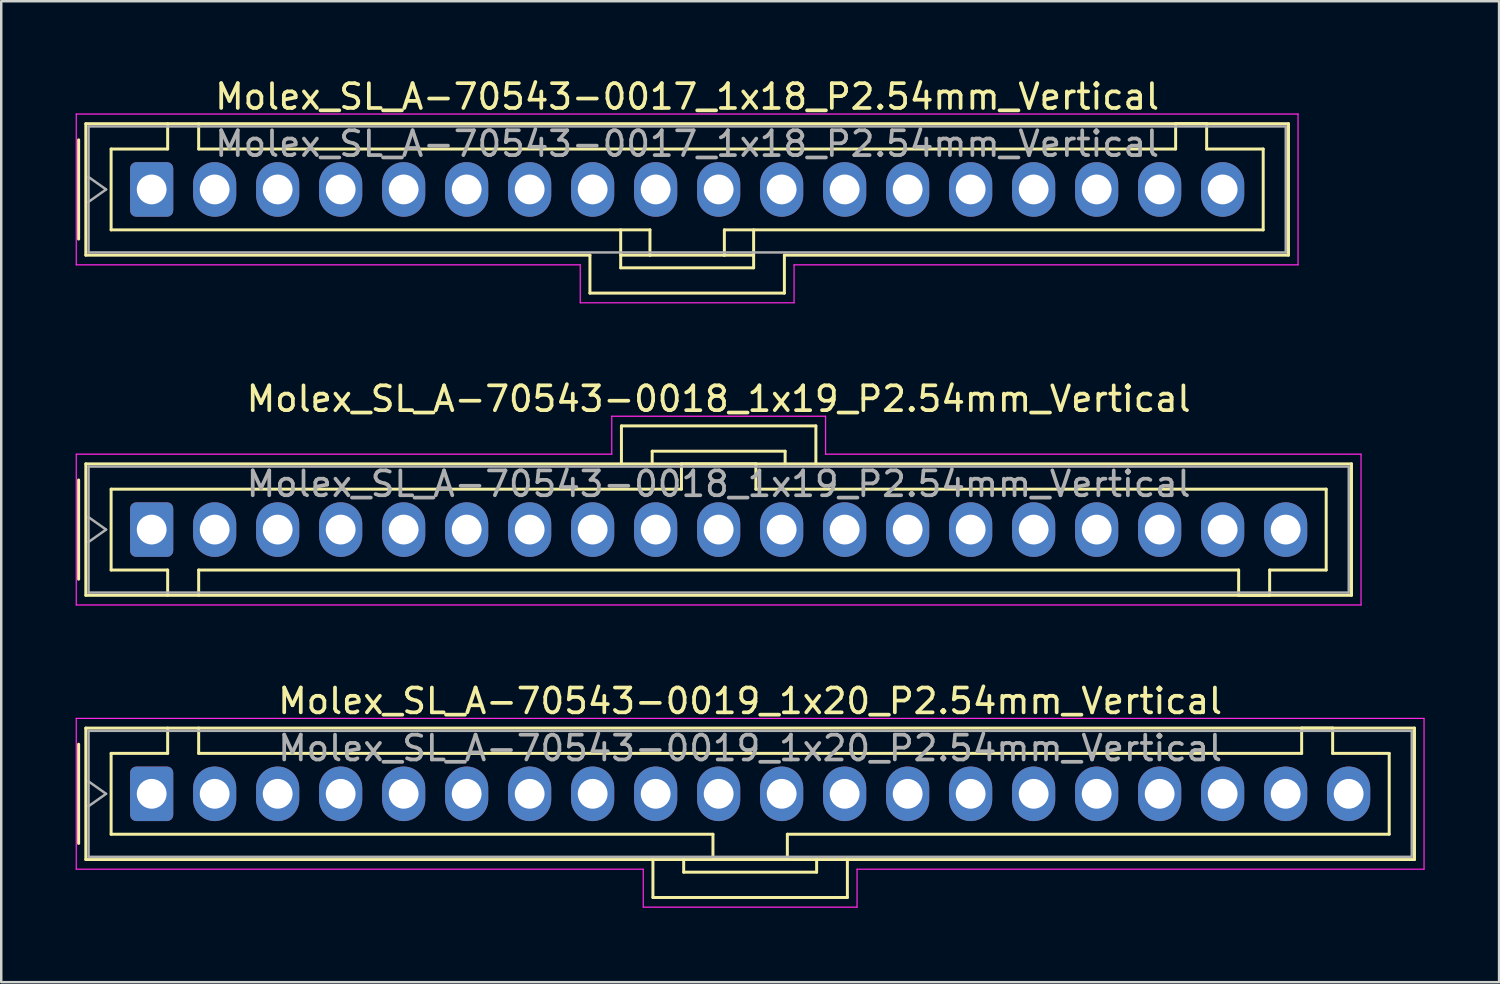
<source format=kicad_pcb>
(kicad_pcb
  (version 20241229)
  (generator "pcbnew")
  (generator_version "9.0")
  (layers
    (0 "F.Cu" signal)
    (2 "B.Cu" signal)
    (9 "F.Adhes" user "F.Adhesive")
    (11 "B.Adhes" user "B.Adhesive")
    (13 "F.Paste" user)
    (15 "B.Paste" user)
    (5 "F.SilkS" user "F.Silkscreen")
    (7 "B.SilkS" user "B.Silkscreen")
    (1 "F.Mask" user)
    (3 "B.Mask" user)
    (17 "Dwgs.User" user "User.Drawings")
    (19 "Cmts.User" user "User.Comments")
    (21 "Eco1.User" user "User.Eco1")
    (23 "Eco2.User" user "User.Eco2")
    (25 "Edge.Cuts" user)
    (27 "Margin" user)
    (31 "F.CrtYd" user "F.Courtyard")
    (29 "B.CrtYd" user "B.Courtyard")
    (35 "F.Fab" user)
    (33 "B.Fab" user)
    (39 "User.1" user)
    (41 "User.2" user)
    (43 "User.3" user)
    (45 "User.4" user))
  (footprint "Molex_SL_A-70543-0019_1x20_P2.54mm_Vertical"
    (layer "F.Cu")
    (at 3.065 28.955)
    (property "Reference" "Molex_SL_A-70543-0019_1x20_P2.54mm_Vertical" (at 24.13 -3.74 0) (layer "F.SilkS") (effects (font (size 1 1) (thickness 0.15))))
    (attr through_hole)
    (fp_line (start -2.945 -2) (end -2.945 2) (stroke (width 0.12) (type solid)) (layer "F.SilkS"))
    (fp_line (start -2.655 -2.65) (end -2.655 2.65) (stroke (width 0.12) (type solid)) (layer "F.SilkS"))
    (fp_line (start -2.655 2.65) (end 50.915 2.65) (stroke (width 0.12) (type solid)) (layer "F.SilkS"))
    (fp_line (start -1.635 -1.63) (end -1.635 1.63) (stroke (width 0.12) (type solid)) (layer "F.SilkS"))
    (fp_line (start -1.635 1.63) (end 22.63 1.63) (stroke (width 0.12) (type solid)) (layer "F.SilkS"))
    (fp_line (start 0.645 -2.65) (end 0.645 -1.63) (stroke (width 0.12) (type solid)) (layer "F.SilkS"))
    (fp_line (start 0.645 -1.63) (end -1.635 -1.63) (stroke (width 0.12) (type solid)) (layer "F.SilkS"))
    (fp_line (start 1.895 -1.63) (end 1.895 -2.65) (stroke (width 0.12) (type solid)) (layer "F.SilkS"))
    (fp_line (start 20.21 2.65) (end 20.21 4.18) (stroke (width 0.12) (type solid)) (layer "F.SilkS"))
    (fp_line (start 20.21 4.18) (end 28.05 4.18) (stroke (width 0.12) (type solid)) (layer "F.SilkS"))
    (fp_line (start 21.45 2.65) (end 21.45 3.16) (stroke (width 0.12) (type solid)) (layer "F.SilkS"))
    (fp_line (start 21.45 3.16) (end 26.81 3.16) (stroke (width 0.12) (type solid)) (layer "F.SilkS"))
    (fp_line (start 22.63 1.63) (end 22.63 2.65) (stroke (width 0.12) (type solid)) (layer "F.SilkS"))
    (fp_line (start 22.63 2.65) (end 25.63 2.65) (stroke (width 0.12) (type solid)) (layer "F.SilkS"))
    (fp_line (start 25.63 1.63) (end 49.895 1.63) (stroke (width 0.12) (type solid)) (layer "F.SilkS"))
    (fp_line (start 25.63 2.65) (end 25.63 1.63) (stroke (width 0.12) (type solid)) (layer "F.SilkS"))
    (fp_line (start 26.81 3.16) (end 26.81 2.65) (stroke (width 0.12) (type solid)) (layer "F.SilkS"))
    (fp_line (start 28.05 4.18) (end 28.05 2.65) (stroke (width 0.12) (type solid)) (layer "F.SilkS"))
    (fp_line (start 46.365 -2.65) (end 46.365 -1.63) (stroke (width 0.12) (type solid)) (layer "F.SilkS"))
    (fp_line (start 46.365 -1.63) (end 1.895 -1.63) (stroke (width 0.12) (type solid)) (layer "F.SilkS"))
    (fp_line (start 47.615 -2.65) (end 46.365 -2.65) (stroke (width 0.12) (type solid)) (layer "F.SilkS"))
    (fp_line (start 47.615 -1.63) (end 47.615 -2.65) (stroke (width 0.12) (type solid)) (layer "F.SilkS"))
    (fp_line (start 49.895 -1.63) (end 47.615 -1.63) (stroke (width 0.12) (type solid)) (layer "F.SilkS"))
    (fp_line (start 49.895 1.63) (end 49.895 -1.63) (stroke (width 0.12) (type solid)) (layer "F.SilkS"))
    (fp_line (start 50.915 -2.65) (end -2.655 -2.65) (stroke (width 0.12) (type solid)) (layer "F.SilkS"))
    (fp_line (start 50.915 2.65) (end 50.915 -2.65) (stroke (width 0.12) (type solid)) (layer "F.SilkS"))
    (fp_line (start -3.04 -3.04) (end -3.04 3.04) (stroke (width 0.05) (type solid)) (layer "F.CrtYd"))
    (fp_line (start -3.04 3.04) (end 19.82 3.04) (stroke (width 0.05) (type solid)) (layer "F.CrtYd"))
    (fp_line (start 19.82 3.04) (end 19.82 4.57) (stroke (width 0.05) (type solid)) (layer "F.CrtYd"))
    (fp_line (start 19.82 4.57) (end 28.44 4.57) (stroke (width 0.05) (type solid)) (layer "F.CrtYd"))
    (fp_line (start 28.44 3.04) (end 51.3 3.04) (stroke (width 0.05) (type solid)) (layer "F.CrtYd"))
    (fp_line (start 28.44 4.57) (end 28.44 3.04) (stroke (width 0.05) (type solid)) (layer "F.CrtYd"))
    (fp_line (start 51.3 -3.04) (end -3.04 -3.04) (stroke (width 0.05) (type solid)) (layer "F.CrtYd"))
    (fp_line (start 51.3 3.04) (end 51.3 -3.04) (stroke (width 0.05) (type solid)) (layer "F.CrtYd"))
    (fp_line (start -2.545 -2.54) (end -2.545 2.54) (stroke (width 0.1) (type solid)) (layer "F.Fab"))
    (fp_line (start -2.545 -0.5) (end -1.838 0) (stroke (width 0.1) (type solid)) (layer "F.Fab"))
    (fp_line (start -2.545 2.54) (end 50.805 2.54) (stroke (width 0.1) (type solid)) (layer "F.Fab"))
    (fp_line (start -1.838 0) (end -2.545 0.5) (stroke (width 0.1) (type solid)) (layer "F.Fab"))
    (fp_line (start 50.805 -2.54) (end -2.545 -2.54) (stroke (width 0.1) (type solid)) (layer "F.Fab"))
    (fp_line (start 50.805 2.54) (end 50.805 -2.54) (stroke (width 0.1) (type solid)) (layer "F.Fab"))
    (fp_text user "${REFERENCE}" (at 24.13 -1.84 0) (layer "F.Fab") (effects (font (size 1 1) (thickness 0.15))))
    (pad "1" thru_hole roundrect (at 0 0) (size 1.74 2.2) (drill 1.2) (layers "*.Cu" "*.Mask") (roundrect_rratio 0.144))
    (pad "2" thru_hole oval (at 2.54 0) (size 1.74 2.2) (drill 1.2) (layers "*.Cu" "*.Mask"))
    (pad "3" thru_hole oval (at 5.08 0) (size 1.74 2.2) (drill 1.2) (layers "*.Cu" "*.Mask"))
    (pad "4" thru_hole oval (at 7.62 0) (size 1.74 2.2) (drill 1.2) (layers "*.Cu" "*.Mask"))
    (pad "5" thru_hole oval (at 10.16 0) (size 1.74 2.2) (drill 1.2) (layers "*.Cu" "*.Mask"))
    (pad "6" thru_hole oval (at 12.7 0) (size 1.74 2.2) (drill 1.2) (layers "*.Cu" "*.Mask"))
    (pad "7" thru_hole oval (at 15.24 0) (size 1.74 2.2) (drill 1.2) (layers "*.Cu" "*.Mask"))
    (pad "8" thru_hole oval (at 17.78 0) (size 1.74 2.2) (drill 1.2) (layers "*.Cu" "*.Mask"))
    (pad "9" thru_hole oval (at 20.32 0) (size 1.74 2.2) (drill 1.2) (layers "*.Cu" "*.Mask"))
    (pad "10" thru_hole oval (at 22.86 0) (size 1.74 2.2) (drill 1.2) (layers "*.Cu" "*.Mask"))
    (pad "11" thru_hole oval (at 25.4 0) (size 1.74 2.2) (drill 1.2) (layers "*.Cu" "*.Mask"))
    (pad "12" thru_hole oval (at 27.94 0) (size 1.74 2.2) (drill 1.2) (layers "*.Cu" "*.Mask"))
    (pad "13" thru_hole oval (at 30.48 0) (size 1.74 2.2) (drill 1.2) (layers "*.Cu" "*.Mask"))
    (pad "14" thru_hole oval (at 33.02 0) (size 1.74 2.2) (drill 1.2) (layers "*.Cu" "*.Mask"))
    (pad "15" thru_hole oval (at 35.56 0) (size 1.74 2.2) (drill 1.2) (layers "*.Cu" "*.Mask"))
    (pad "16" thru_hole oval (at 38.1 0) (size 1.74 2.2) (drill 1.2) (layers "*.Cu" "*.Mask"))
    (pad "17" thru_hole oval (at 40.64 0) (size 1.74 2.2) (drill 1.2) (layers "*.Cu" "*.Mask"))
    (pad "18" thru_hole oval (at 43.18 0) (size 1.74 2.2) (drill 1.2) (layers "*.Cu" "*.Mask"))
    (pad "19" thru_hole oval (at 45.72 0) (size 1.74 2.2) (drill 1.2) (layers "*.Cu" "*.Mask"))
    (pad "20" thru_hole oval (at 48.26 0) (size 1.74 2.2) (drill 1.2) (layers "*.Cu" "*.Mask")))
  (footprint "Molex_SL_A-70543-0018_1x19_P2.54mm_Vertical"
    (layer "F.Cu")
    (at 3.065 18.302)
    (property "Reference" "Molex_SL_A-70543-0018_1x19_P2.54mm_Vertical" (at 22.86 -5.27 0) (layer "F.SilkS") (effects (font (size 1 1) (thickness 0.15))))
    (attr through_hole)
    (fp_line (start -2.945 -2) (end -2.945 2) (stroke (width 0.12) (type solid)) (layer "F.SilkS"))
    (fp_line (start -2.655 -2.65) (end -2.655 2.65) (stroke (width 0.12) (type solid)) (layer "F.SilkS"))
    (fp_line (start -2.655 2.65) (end 48.375 2.65) (stroke (width 0.12) (type solid)) (layer "F.SilkS"))
    (fp_line (start -1.635 -1.63) (end 21.36 -1.63) (stroke (width 0.12) (type solid)) (layer "F.SilkS"))
    (fp_line (start -1.635 1.63) (end -1.635 -1.63) (stroke (width 0.12) (type solid)) (layer "F.SilkS"))
    (fp_line (start 0.645 1.63) (end -1.635 1.63) (stroke (width 0.12) (type solid)) (layer "F.SilkS"))
    (fp_line (start 0.645 2.65) (end 0.645 1.63) (stroke (width 0.12) (type solid)) (layer "F.SilkS"))
    (fp_line (start 1.895 1.63) (end 1.895 2.65) (stroke (width 0.12) (type solid)) (layer "F.SilkS"))
    (fp_line (start 18.94 -4.18) (end 26.78 -4.18) (stroke (width 0.12) (type solid)) (layer "F.SilkS"))
    (fp_line (start 18.94 -2.65) (end 18.94 -4.18) (stroke (width 0.12) (type solid)) (layer "F.SilkS"))
    (fp_line (start 20.18 -3.16) (end 25.54 -3.16) (stroke (width 0.12) (type solid)) (layer "F.SilkS"))
    (fp_line (start 20.18 -2.65) (end 20.18 -3.16) (stroke (width 0.12) (type solid)) (layer "F.SilkS"))
    (fp_line (start 21.36 -2.65) (end 24.36 -2.65) (stroke (width 0.12) (type solid)) (layer "F.SilkS"))
    (fp_line (start 21.36 -1.63) (end 21.36 -2.65) (stroke (width 0.12) (type solid)) (layer "F.SilkS"))
    (fp_line (start 24.36 -2.65) (end 24.36 -1.63) (stroke (width 0.12) (type solid)) (layer "F.SilkS"))
    (fp_line (start 24.36 -1.63) (end 47.355 -1.63) (stroke (width 0.12) (type solid)) (layer "F.SilkS"))
    (fp_line (start 25.54 -3.16) (end 25.54 -2.65) (stroke (width 0.12) (type solid)) (layer "F.SilkS"))
    (fp_line (start 26.78 -4.18) (end 26.78 -2.65) (stroke (width 0.12) (type solid)) (layer "F.SilkS"))
    (fp_line (start 43.825 1.63) (end 1.895 1.63) (stroke (width 0.12) (type solid)) (layer "F.SilkS"))
    (fp_line (start 43.825 2.65) (end 43.825 1.63) (stroke (width 0.12) (type solid)) (layer "F.SilkS"))
    (fp_line (start 45.075 1.63) (end 45.075 2.65) (stroke (width 0.12) (type solid)) (layer "F.SilkS"))
    (fp_line (start 45.075 2.65) (end 43.825 2.65) (stroke (width 0.12) (type solid)) (layer "F.SilkS"))
    (fp_line (start 47.355 -1.63) (end 47.355 1.63) (stroke (width 0.12) (type solid)) (layer "F.SilkS"))
    (fp_line (start 47.355 1.63) (end 45.075 1.63) (stroke (width 0.12) (type solid)) (layer "F.SilkS"))
    (fp_line (start 48.375 -2.65) (end -2.655 -2.65) (stroke (width 0.12) (type solid)) (layer "F.SilkS"))
    (fp_line (start 48.375 2.65) (end 48.375 -2.65) (stroke (width 0.12) (type solid)) (layer "F.SilkS"))
    (fp_line (start -3.04 -3.04) (end 18.55 -3.04) (stroke (width 0.05) (type solid)) (layer "F.CrtYd"))
    (fp_line (start -3.04 3.04) (end -3.04 -3.04) (stroke (width 0.05) (type solid)) (layer "F.CrtYd"))
    (fp_line (start 18.55 -4.57) (end 27.17 -4.57) (stroke (width 0.05) (type solid)) (layer "F.CrtYd"))
    (fp_line (start 18.55 -3.04) (end 18.55 -4.57) (stroke (width 0.05) (type solid)) (layer "F.CrtYd"))
    (fp_line (start 27.17 -4.57) (end 27.17 -3.04) (stroke (width 0.05) (type solid)) (layer "F.CrtYd"))
    (fp_line (start 27.17 -3.04) (end 48.76 -3.04) (stroke (width 0.05) (type solid)) (layer "F.CrtYd"))
    (fp_line (start 48.76 -3.04) (end 48.76 3.04) (stroke (width 0.05) (type solid)) (layer "F.CrtYd"))
    (fp_line (start 48.76 3.04) (end -3.04 3.04) (stroke (width 0.05) (type solid)) (layer "F.CrtYd"))
    (fp_line (start -2.545 -2.54) (end -2.545 2.54) (stroke (width 0.1) (type solid)) (layer "F.Fab"))
    (fp_line (start -2.545 -0.5) (end -1.838 0) (stroke (width 0.1) (type solid)) (layer "F.Fab"))
    (fp_line (start -2.545 2.54) (end 48.265 2.54) (stroke (width 0.1) (type solid)) (layer "F.Fab"))
    (fp_line (start -1.838 0) (end -2.545 0.5) (stroke (width 0.1) (type solid)) (layer "F.Fab"))
    (fp_line (start 48.265 -2.54) (end -2.545 -2.54) (stroke (width 0.1) (type solid)) (layer "F.Fab"))
    (fp_line (start 48.265 2.54) (end 48.265 -2.54) (stroke (width 0.1) (type solid)) (layer "F.Fab"))
    (fp_text user "${REFERENCE}" (at 22.86 -1.84 0) (layer "F.Fab") (effects (font (size 1 1) (thickness 0.15))))
    (pad "1" thru_hole roundrect (at 0 0) (size 1.74 2.2) (drill 1.2) (layers "*.Cu" "*.Mask") (roundrect_rratio 0.144))
    (pad "2" thru_hole oval (at 2.54 0) (size 1.74 2.2) (drill 1.2) (layers "*.Cu" "*.Mask"))
    (pad "3" thru_hole oval (at 5.08 0) (size 1.74 2.2) (drill 1.2) (layers "*.Cu" "*.Mask"))
    (pad "4" thru_hole oval (at 7.62 0) (size 1.74 2.2) (drill 1.2) (layers "*.Cu" "*.Mask"))
    (pad "5" thru_hole oval (at 10.16 0) (size 1.74 2.2) (drill 1.2) (layers "*.Cu" "*.Mask"))
    (pad "6" thru_hole oval (at 12.7 0) (size 1.74 2.2) (drill 1.2) (layers "*.Cu" "*.Mask"))
    (pad "7" thru_hole oval (at 15.24 0) (size 1.74 2.2) (drill 1.2) (layers "*.Cu" "*.Mask"))
    (pad "8" thru_hole oval (at 17.78 0) (size 1.74 2.2) (drill 1.2) (layers "*.Cu" "*.Mask"))
    (pad "9" thru_hole oval (at 20.32 0) (size 1.74 2.2) (drill 1.2) (layers "*.Cu" "*.Mask"))
    (pad "10" thru_hole oval (at 22.86 0) (size 1.74 2.2) (drill 1.2) (layers "*.Cu" "*.Mask"))
    (pad "11" thru_hole oval (at 25.4 0) (size 1.74 2.2) (drill 1.2) (layers "*.Cu" "*.Mask"))
    (pad "12" thru_hole oval (at 27.94 0) (size 1.74 2.2) (drill 1.2) (layers "*.Cu" "*.Mask"))
    (pad "13" thru_hole oval (at 30.48 0) (size 1.74 2.2) (drill 1.2) (layers "*.Cu" "*.Mask"))
    (pad "14" thru_hole oval (at 33.02 0) (size 1.74 2.2) (drill 1.2) (layers "*.Cu" "*.Mask"))
    (pad "15" thru_hole oval (at 35.56 0) (size 1.74 2.2) (drill 1.2) (layers "*.Cu" "*.Mask"))
    (pad "16" thru_hole oval (at 38.1 0) (size 1.74 2.2) (drill 1.2) (layers "*.Cu" "*.Mask"))
    (pad "17" thru_hole oval (at 40.64 0) (size 1.74 2.2) (drill 1.2) (layers "*.Cu" "*.Mask"))
    (pad "18" thru_hole oval (at 43.18 0) (size 1.74 2.2) (drill 1.2) (layers "*.Cu" "*.Mask"))
    (pad "19" thru_hole oval (at 45.72 0) (size 1.74 2.2) (drill 1.2) (layers "*.Cu" "*.Mask")))
  (footprint "Molex_SL_A-70543-0017_1x18_P2.54mm_Vertical"
    (layer "F.Cu")
    (at 3.065 4.588)
    (property "Reference" "Molex_SL_A-70543-0017_1x18_P2.54mm_Vertical" (at 21.59 -3.74 0) (layer "F.SilkS") (effects (font (size 1 1) (thickness 0.15))))
    (attr through_hole)
    (fp_line (start -2.945 -2) (end -2.945 2) (stroke (width 0.12) (type solid)) (layer "F.SilkS"))
    (fp_line (start -2.655 -2.65) (end 45.835 -2.65) (stroke (width 0.12) (type solid)) (layer "F.SilkS"))
    (fp_line (start -2.655 2.65) (end -2.655 -2.65) (stroke (width 0.12) (type solid)) (layer "F.SilkS"))
    (fp_line (start -2.655 2.65) (end 17.67 2.65) (stroke (width 0.12) (type solid)) (layer "F.SilkS"))
    (fp_line (start -1.635 -1.63) (end -1.635 1.63) (stroke (width 0.12) (type solid)) (layer "F.SilkS"))
    (fp_line (start -1.635 1.63) (end 20.09 1.63) (stroke (width 0.12) (type solid)) (layer "F.SilkS"))
    (fp_line (start 0.645 -2.65) (end 0.645 -1.63) (stroke (width 0.12) (type solid)) (layer "F.SilkS"))
    (fp_line (start 0.645 -1.63) (end -1.635 -1.63) (stroke (width 0.12) (type solid)) (layer "F.SilkS"))
    (fp_line (start 1.895 -1.63) (end 1.895 -2.65) (stroke (width 0.12) (type solid)) (layer "F.SilkS"))
    (fp_line (start 17.67 2.65) (end 17.67 4.18) (stroke (width 0.12) (type solid)) (layer "F.SilkS"))
    (fp_line (start 17.67 4.18) (end 25.51 4.18) (stroke (width 0.12) (type solid)) (layer "F.SilkS"))
    (fp_line (start 18.91 1.63) (end 18.91 3.16) (stroke (width 0.12) (type solid)) (layer "F.SilkS"))
    (fp_line (start 18.91 2.65) (end 20.09 2.65) (stroke (width 0.12) (type solid)) (layer "F.SilkS"))
    (fp_line (start 18.91 3.16) (end 24.27 3.16) (stroke (width 0.12) (type solid)) (layer "F.SilkS"))
    (fp_line (start 20.09 1.63) (end 20.09 2.65) (stroke (width 0.12) (type solid)) (layer "F.SilkS"))
    (fp_line (start 20.09 2.65) (end 23.09 2.65) (stroke (width 0.12) (type solid)) (layer "F.SilkS"))
    (fp_line (start 23.09 1.63) (end 44.815 1.63) (stroke (width 0.12) (type solid)) (layer "F.SilkS"))
    (fp_line (start 23.09 2.65) (end 23.09 1.63) (stroke (width 0.12) (type solid)) (layer "F.SilkS"))
    (fp_line (start 24.27 2.65) (end 23.09 2.65) (stroke (width 0.12) (type solid)) (layer "F.SilkS"))
    (fp_line (start 24.27 3.16) (end 24.27 1.63) (stroke (width 0.12) (type solid)) (layer "F.SilkS"))
    (fp_line (start 25.51 4.18) (end 25.51 2.65) (stroke (width 0.12) (type solid)) (layer "F.SilkS"))
    (fp_line (start 41.285 -2.65) (end 41.285 -1.63) (stroke (width 0.12) (type solid)) (layer "F.SilkS"))
    (fp_line (start 41.285 -1.63) (end 1.895 -1.63) (stroke (width 0.12) (type solid)) (layer "F.SilkS"))
    (fp_line (start 42.535 -2.65) (end 41.285 -2.65) (stroke (width 0.12) (type solid)) (layer "F.SilkS"))
    (fp_line (start 42.535 -1.63) (end 42.535 -2.65) (stroke (width 0.12) (type solid)) (layer "F.SilkS"))
    (fp_line (start 44.815 -1.63) (end 42.535 -1.63) (stroke (width 0.12) (type solid)) (layer "F.SilkS"))
    (fp_line (start 44.815 1.63) (end 44.815 -1.63) (stroke (width 0.12) (type solid)) (layer "F.SilkS"))
    (fp_line (start 45.835 -2.65) (end 45.835 2.65) (stroke (width 0.12) (type solid)) (layer "F.SilkS"))
    (fp_line (start 45.835 2.65) (end 25.51 2.65) (stroke (width 0.12) (type solid)) (layer "F.SilkS"))
    (fp_line (start -3.04 -3.04) (end -3.04 3.04) (stroke (width 0.05) (type solid)) (layer "F.CrtYd"))
    (fp_line (start -3.04 3.04) (end 17.28 3.04) (stroke (width 0.05) (type solid)) (layer "F.CrtYd"))
    (fp_line (start 17.28 3.04) (end 17.28 4.57) (stroke (width 0.05) (type solid)) (layer "F.CrtYd"))
    (fp_line (start 17.28 4.57) (end 25.9 4.57) (stroke (width 0.05) (type solid)) (layer "F.CrtYd"))
    (fp_line (start 25.9 3.04) (end 46.22 3.04) (stroke (width 0.05) (type solid)) (layer "F.CrtYd"))
    (fp_line (start 25.9 4.57) (end 25.9 3.04) (stroke (width 0.05) (type solid)) (layer "F.CrtYd"))
    (fp_line (start 46.22 -3.04) (end -3.04 -3.04) (stroke (width 0.05) (type solid)) (layer "F.CrtYd"))
    (fp_line (start 46.22 3.04) (end 46.22 -3.04) (stroke (width 0.05) (type solid)) (layer "F.CrtYd"))
    (fp_line (start -2.545 -2.54) (end -2.545 2.54) (stroke (width 0.1) (type solid)) (layer "F.Fab"))
    (fp_line (start -2.545 -0.5) (end -1.838 0) (stroke (width 0.1) (type solid)) (layer "F.Fab"))
    (fp_line (start -2.545 2.54) (end 45.725 2.54) (stroke (width 0.1) (type solid)) (layer "F.Fab"))
    (fp_line (start -1.838 0) (end -2.545 0.5) (stroke (width 0.1) (type solid)) (layer "F.Fab"))
    (fp_line (start 45.725 -2.54) (end -2.545 -2.54) (stroke (width 0.1) (type solid)) (layer "F.Fab"))
    (fp_line (start 45.725 2.54) (end 45.725 -2.54) (stroke (width 0.1) (type solid)) (layer "F.Fab"))
    (fp_text user "${REFERENCE}" (at 21.59 -1.84 0) (layer "F.Fab") (effects (font (size 1 1) (thickness 0.15))))
    (pad "1" thru_hole roundrect (at 0 0) (size 1.74 2.2) (drill 1.2) (layers "*.Cu" "*.Mask") (roundrect_rratio 0.144))
    (pad "2" thru_hole oval (at 2.54 0) (size 1.74 2.2) (drill 1.2) (layers "*.Cu" "*.Mask"))
    (pad "3" thru_hole oval (at 5.08 0) (size 1.74 2.2) (drill 1.2) (layers "*.Cu" "*.Mask"))
    (pad "4" thru_hole oval (at 7.62 0) (size 1.74 2.2) (drill 1.2) (layers "*.Cu" "*.Mask"))
    (pad "5" thru_hole oval (at 10.16 0) (size 1.74 2.2) (drill 1.2) (layers "*.Cu" "*.Mask"))
    (pad "6" thru_hole oval (at 12.7 0) (size 1.74 2.2) (drill 1.2) (layers "*.Cu" "*.Mask"))
    (pad "7" thru_hole oval (at 15.24 0) (size 1.74 2.2) (drill 1.2) (layers "*.Cu" "*.Mask"))
    (pad "8" thru_hole oval (at 17.78 0) (size 1.74 2.2) (drill 1.2) (layers "*.Cu" "*.Mask"))
    (pad "9" thru_hole oval (at 20.32 0) (size 1.74 2.2) (drill 1.2) (layers "*.Cu" "*.Mask"))
    (pad "10" thru_hole oval (at 22.86 0) (size 1.74 2.2) (drill 1.2) (layers "*.Cu" "*.Mask"))
    (pad "11" thru_hole oval (at 25.4 0) (size 1.74 2.2) (drill 1.2) (layers "*.Cu" "*.Mask"))
    (pad "12" thru_hole oval (at 27.94 0) (size 1.74 2.2) (drill 1.2) (layers "*.Cu" "*.Mask"))
    (pad "13" thru_hole oval (at 30.48 0) (size 1.74 2.2) (drill 1.2) (layers "*.Cu" "*.Mask"))
    (pad "14" thru_hole oval (at 33.02 0) (size 1.74 2.2) (drill 1.2) (layers "*.Cu" "*.Mask"))
    (pad "15" thru_hole oval (at 35.56 0) (size 1.74 2.2) (drill 1.2) (layers "*.Cu" "*.Mask"))
    (pad "16" thru_hole oval (at 38.1 0) (size 1.74 2.2) (drill 1.2) (layers "*.Cu" "*.Mask"))
    (pad "17" thru_hole oval (at 40.64 0) (size 1.74 2.2) (drill 1.2) (layers "*.Cu" "*.Mask"))
    (pad "18" thru_hole oval (at 43.18 0) (size 1.74 2.2) (drill 1.2) (layers "*.Cu" "*.Mask")))
  (gr_rect
    (start -3 -3)
    (end 57.39 36.55)
    (stroke (width 0.1) (type default))
    (fill no)
    (layer "Edge.Cuts")))
</source>
